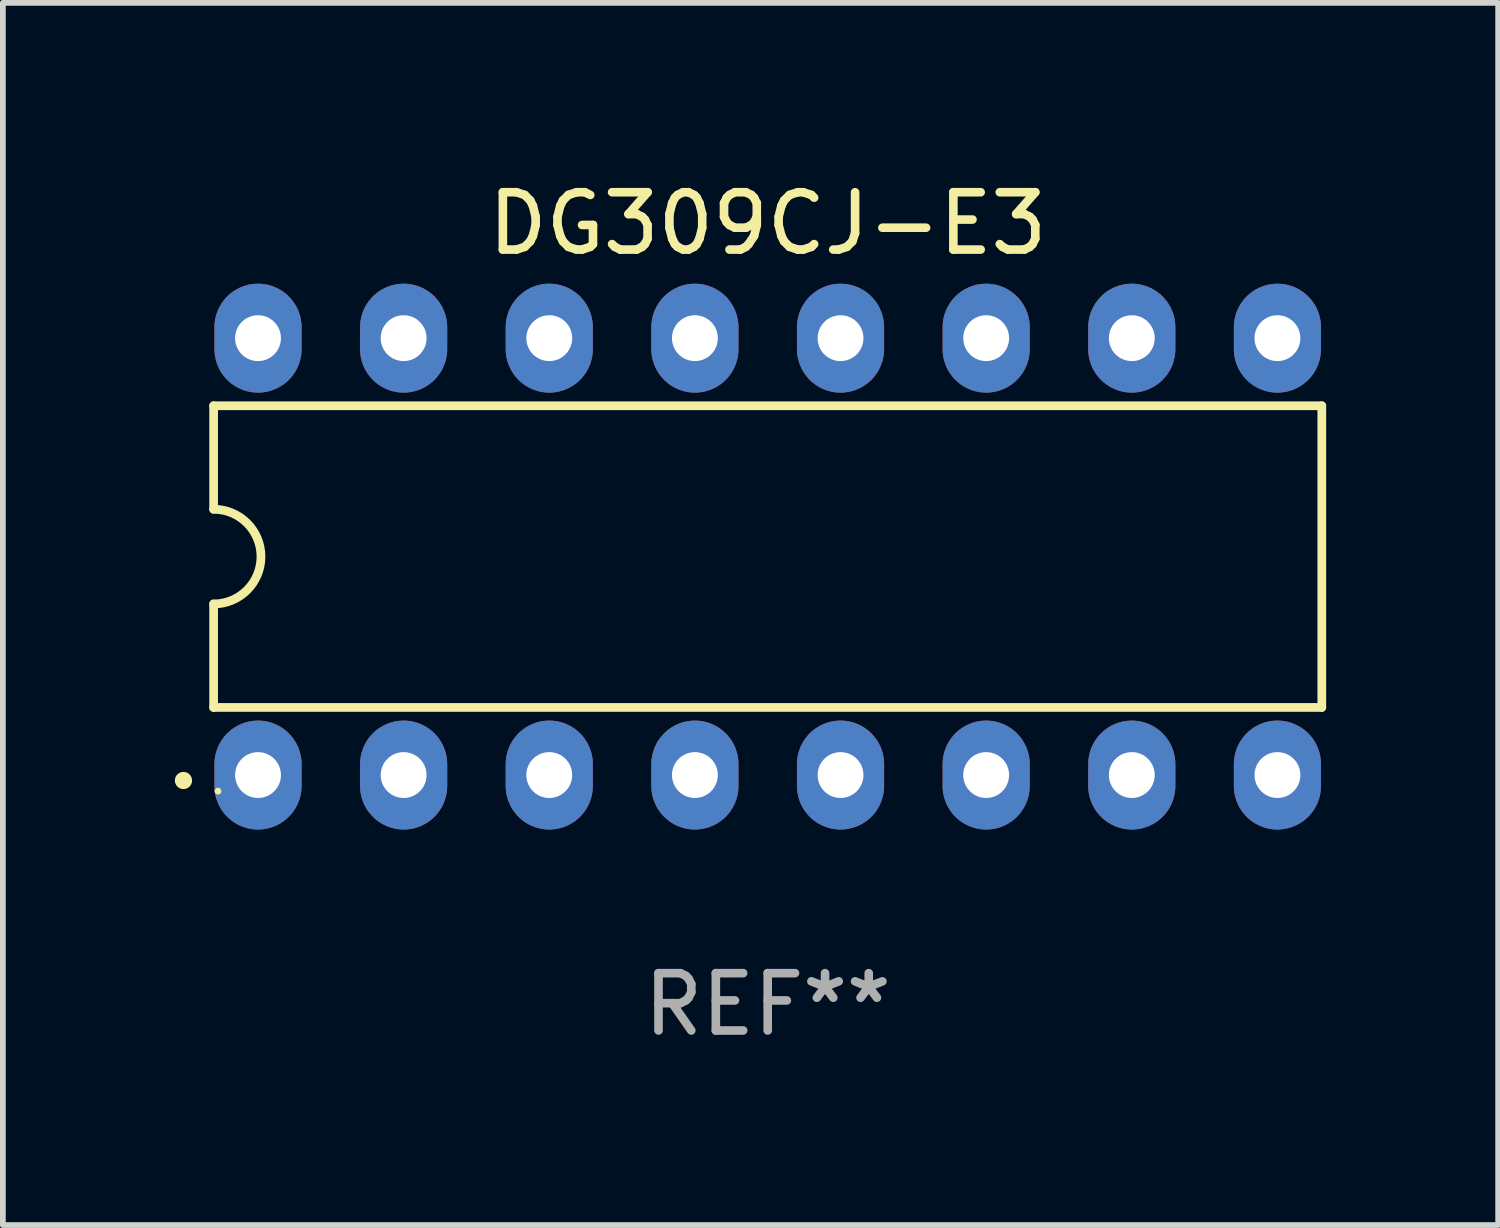
<source format=kicad_pcb>
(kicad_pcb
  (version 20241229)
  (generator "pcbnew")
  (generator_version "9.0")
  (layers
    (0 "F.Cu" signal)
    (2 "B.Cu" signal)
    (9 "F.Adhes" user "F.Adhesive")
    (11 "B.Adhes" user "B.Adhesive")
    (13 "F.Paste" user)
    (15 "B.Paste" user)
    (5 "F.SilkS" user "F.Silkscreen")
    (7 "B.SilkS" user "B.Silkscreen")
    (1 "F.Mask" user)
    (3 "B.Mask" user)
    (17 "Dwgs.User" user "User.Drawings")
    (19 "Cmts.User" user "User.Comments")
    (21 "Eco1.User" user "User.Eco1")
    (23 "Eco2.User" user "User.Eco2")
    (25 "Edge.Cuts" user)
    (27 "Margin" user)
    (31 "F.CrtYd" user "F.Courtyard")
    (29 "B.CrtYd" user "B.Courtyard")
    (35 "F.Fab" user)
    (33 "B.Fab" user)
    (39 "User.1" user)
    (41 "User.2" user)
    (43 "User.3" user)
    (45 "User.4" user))
  (footprint "DG309CJ-E3"
    (layer "F.Cu")
    (at 10.34 6.658)
    (property "Reference" "DG309CJ-E3" (at 0 -5.81 0) (layer "F.SilkS") (effects (font (size 1 1) (thickness 0.15))))
    (attr through_hole)
    (fp_line (start -9.664 -2.631) (end -9.664 -0.826) (stroke (width 0.152) (type solid)) (layer "F.SilkS"))
    (fp_line (start -9.664 0.826) (end -9.664 2.631) (stroke (width 0.152) (type solid)) (layer "F.SilkS"))
    (fp_line (start -9.664 2.631) (end 9.664 2.631) (stroke (width 0.152) (type solid)) (layer "F.SilkS"))
    (fp_line (start 9.664 -2.631) (end -9.664 -2.631) (stroke (width 0.152) (type solid)) (layer "F.SilkS"))
    (fp_line (start 9.664 2.631) (end 9.664 -2.631) (stroke (width 0.152) (type solid)) (layer "F.SilkS"))
    (fp_arc (start -9.663701 -0.825626) (mid -8.838075 0) (end -9.663701 0.825626) (stroke (width 0.1524) (type solid)) (layer "F.SilkS"))
    (fp_circle (center -10.19 3.905) (end -10.115 3.905) (stroke (width 0.15) (type solid)) (fill no) (layer "F.SilkS"))
    (fp_circle (center -9.588 4.09) (end -9.558 4.09) (stroke (width 0.06) (type solid)) (fill no) (layer "F.SilkS"))
    (fp_text user "REF**" (at 0 7.81 0) (layer "F.Fab") (effects (font (size 1 1) (thickness 0.15))))
    (pad "1" thru_hole oval (at -8.89 3.81) (size 1.52 1.9) (drill 0.8) (layers "*.Cu" "*.Mask"))
    (pad "2" thru_hole oval (at -6.35 3.81) (size 1.52 1.9) (drill 0.8) (layers "*.Cu" "*.Mask"))
    (pad "3" thru_hole oval (at -3.81 3.81) (size 1.52 1.9) (drill 0.8) (layers "*.Cu" "*.Mask"))
    (pad "4" thru_hole oval (at -1.27 3.81) (size 1.52 1.9) (drill 0.8) (layers "*.Cu" "*.Mask"))
    (pad "5" thru_hole oval (at 1.27 3.81) (size 1.52 1.9) (drill 0.8) (layers "*.Cu" "*.Mask"))
    (pad "6" thru_hole oval (at 3.81 3.81) (size 1.52 1.9) (drill 0.8) (layers "*.Cu" "*.Mask"))
    (pad "7" thru_hole oval (at 6.35 3.81) (size 1.52 1.9) (drill 0.8) (layers "*.Cu" "*.Mask"))
    (pad "8" thru_hole oval (at 8.89 3.81) (size 1.52 1.9) (drill 0.8) (layers "*.Cu" "*.Mask"))
    (pad "9" thru_hole oval (at 8.89 -3.81) (size 1.52 1.9) (drill 0.8) (layers "*.Cu" "*.Mask"))
    (pad "10" thru_hole oval (at 6.35 -3.81) (size 1.52 1.9) (drill 0.8) (layers "*.Cu" "*.Mask"))
    (pad "11" thru_hole oval (at 3.81 -3.81) (size 1.52 1.9) (drill 0.8) (layers "*.Cu" "*.Mask"))
    (pad "12" thru_hole oval (at 1.27 -3.81) (size 1.52 1.9) (drill 0.8) (layers "*.Cu" "*.Mask"))
    (pad "13" thru_hole oval (at -1.27 -3.81) (size 1.52 1.9) (drill 0.8) (layers "*.Cu" "*.Mask"))
    (pad "14" thru_hole oval (at -3.81 -3.81) (size 1.52 1.9) (drill 0.8) (layers "*.Cu" "*.Mask"))
    (pad "15" thru_hole oval (at -6.35 -3.81) (size 1.52 1.9) (drill 0.8) (layers "*.Cu" "*.Mask"))
    (pad "16" thru_hole oval (at -8.89 -3.81) (size 1.52 1.9) (drill 0.8) (layers "*.Cu" "*.Mask")))
  (gr_rect
    (start -3 -3)
    (end 23.08 18.317)
    (stroke (width 0.1) (type default))
    (fill no)
    (layer "Edge.Cuts")))
</source>
